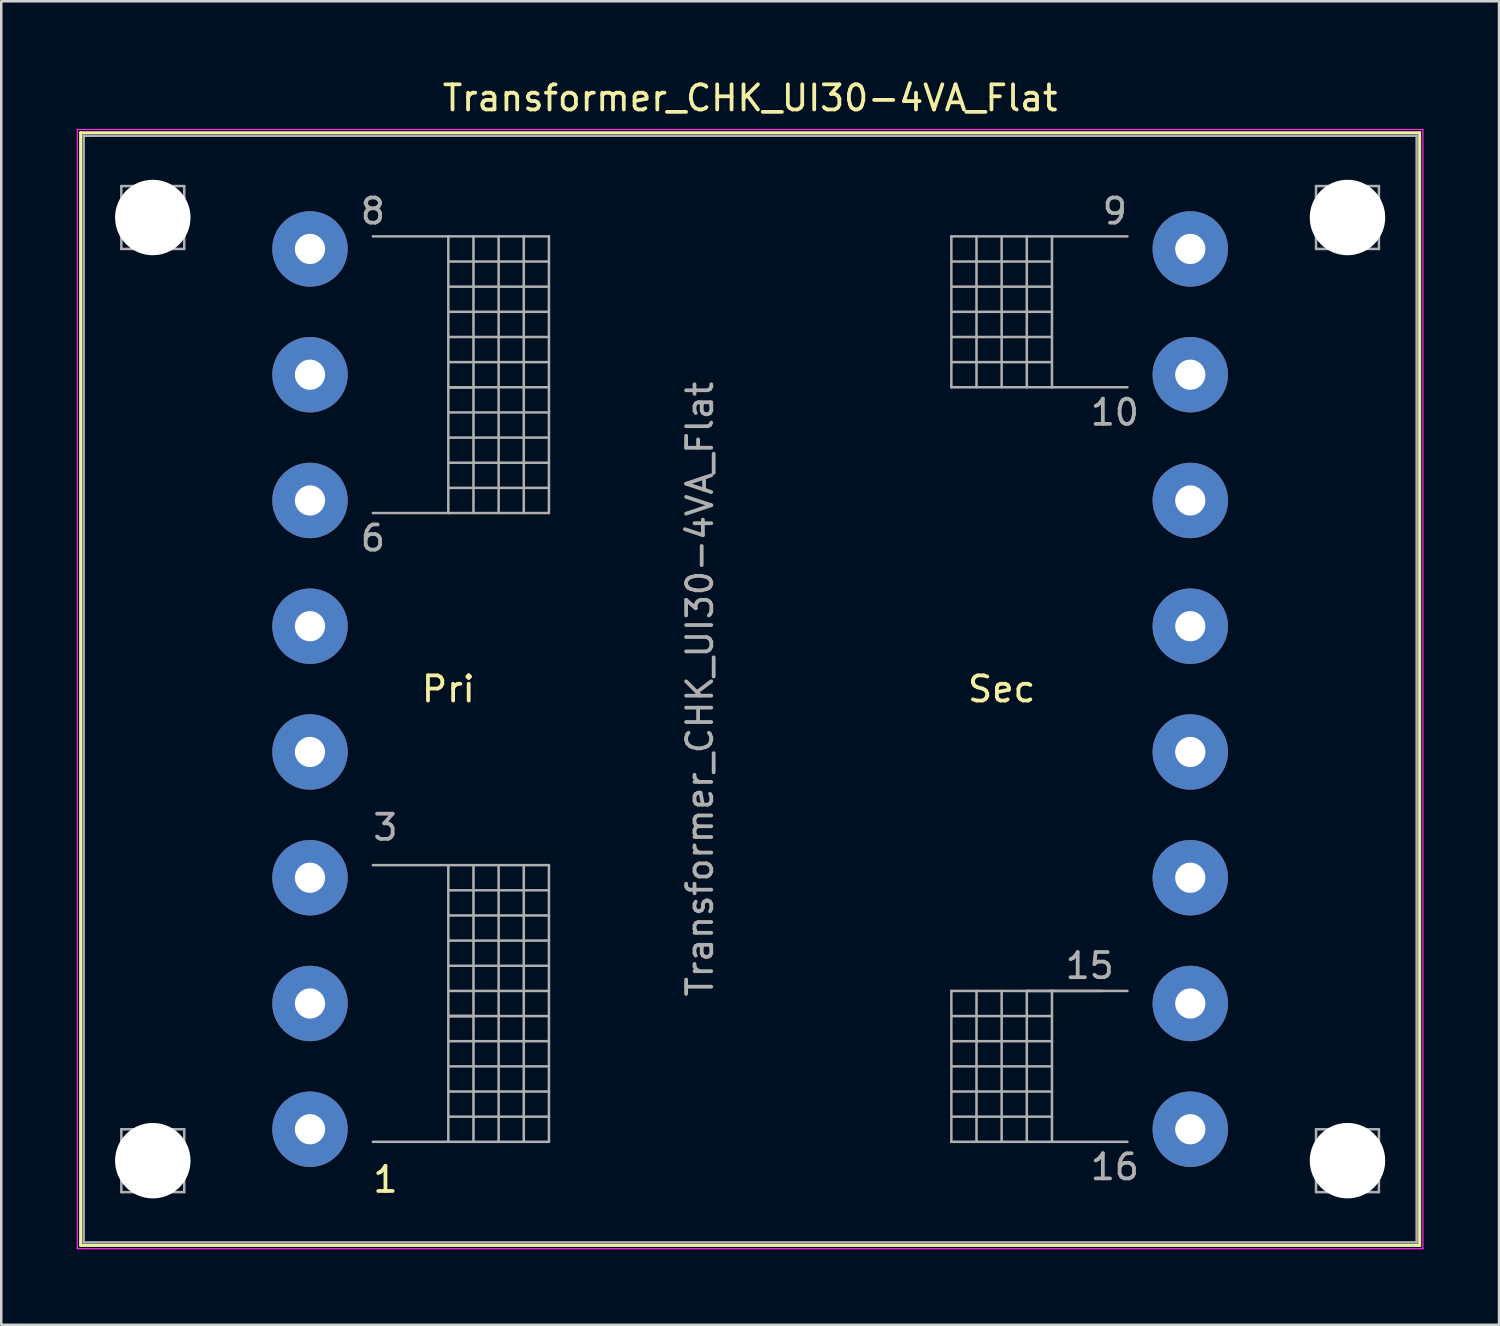
<source format=kicad_pcb>
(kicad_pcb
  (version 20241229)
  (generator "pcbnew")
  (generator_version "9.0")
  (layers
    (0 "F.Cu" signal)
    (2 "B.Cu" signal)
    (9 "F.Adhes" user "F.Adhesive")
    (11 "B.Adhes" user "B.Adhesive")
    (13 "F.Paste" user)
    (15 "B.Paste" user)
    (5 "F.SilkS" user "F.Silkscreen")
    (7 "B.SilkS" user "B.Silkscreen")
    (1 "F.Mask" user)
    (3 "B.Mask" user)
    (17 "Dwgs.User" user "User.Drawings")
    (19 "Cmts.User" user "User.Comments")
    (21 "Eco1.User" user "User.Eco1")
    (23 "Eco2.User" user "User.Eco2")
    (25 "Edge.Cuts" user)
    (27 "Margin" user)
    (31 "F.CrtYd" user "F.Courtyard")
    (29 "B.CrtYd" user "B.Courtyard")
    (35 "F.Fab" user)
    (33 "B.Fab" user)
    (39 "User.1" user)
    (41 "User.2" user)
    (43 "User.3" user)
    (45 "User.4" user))
  (footprint "Transformer_CHK_UI30-4VA_Flat"
    (layer "F.Cu")
    (at 9.275 41.848)
    (property "Reference" "Transformer_CHK_UI30-4VA_Flat" (at 17.5 -41 0) (layer "F.SilkS") (effects (font (size 1 1) (thickness 0.15))))
    (attr through_hole)
    (fp_line (start -9.12 -39.62) (end -9.12 4.62) (stroke (width 0.12) (type solid)) (layer "F.SilkS"))
    (fp_line (start -9.12 -39.62) (end 44.12 -39.62) (stroke (width 0.12) (type solid)) (layer "F.SilkS"))
    (fp_line (start 44.12 4.62) (end -9.12 4.62) (stroke (width 0.12) (type solid)) (layer "F.SilkS"))
    (fp_line (start 44.12 4.62) (end 44.12 -39.62) (stroke (width 0.12) (type solid)) (layer "F.SilkS"))
    (fp_line (start -9.25 -39.75) (end -9.25 4.75) (stroke (width 0.05) (type solid)) (layer "F.CrtYd"))
    (fp_line (start -9.25 -39.75) (end 44.25 -39.75) (stroke (width 0.05) (type solid)) (layer "F.CrtYd"))
    (fp_line (start 44.25 4.75) (end -9.25 4.75) (stroke (width 0.05) (type solid)) (layer "F.CrtYd"))
    (fp_line (start 44.25 4.75) (end 44.25 -39.75) (stroke (width 0.05) (type solid)) (layer "F.CrtYd"))
    (fp_line (start -9 -39.5) (end -9 4.5) (stroke (width 0.1) (type solid)) (layer "F.Fab"))
    (fp_line (start -9 4.5) (end 44 4.5) (stroke (width 0.1) (type solid)) (layer "F.Fab"))
    (fp_line (start -7.5 -37.5) (end -7.5 -35) (stroke (width 0.1) (type solid)) (layer "F.Fab"))
    (fp_line (start -7.5 -35) (end -5 -35) (stroke (width 0.1) (type solid)) (layer "F.Fab"))
    (fp_line (start -7.5 0) (end -7.5 2.5) (stroke (width 0.1) (type solid)) (layer "F.Fab"))
    (fp_line (start -7.5 2.5) (end -5 2.5) (stroke (width 0.1) (type solid)) (layer "F.Fab"))
    (fp_line (start -6.25 -37.5) (end -7.5 -37.5) (stroke (width 0.1) (type solid)) (layer "F.Fab"))
    (fp_line (start -6.25 0) (end -7.5 0) (stroke (width 0.1) (type solid)) (layer "F.Fab"))
    (fp_line (start -5 -37.5) (end -6.25 -37.5) (stroke (width 0.1) (type solid)) (layer "F.Fab"))
    (fp_line (start -5 -35) (end -5 -37.5) (stroke (width 0.1) (type solid)) (layer "F.Fab"))
    (fp_line (start -5 0) (end -6.25 0) (stroke (width 0.1) (type solid)) (layer "F.Fab"))
    (fp_line (start -5 2.5) (end -5 0) (stroke (width 0.1) (type solid)) (layer "F.Fab"))
    (fp_line (start 2.5 -35.5) (end 5.5 -35.5) (stroke (width 0.1) (type solid)) (layer "F.Fab"))
    (fp_line (start 2.5 -10.5) (end 5.5 -10.5) (stroke (width 0.1) (type solid)) (layer "F.Fab"))
    (fp_line (start 5.5 -35.5) (end 5.5 -24.5) (stroke (width 0.1) (type solid)) (layer "F.Fab"))
    (fp_line (start 5.5 -35.5) (end 9.5 -35.5) (stroke (width 0.1) (type solid)) (layer "F.Fab"))
    (fp_line (start 5.5 -34.5) (end 9.5 -34.5) (stroke (width 0.1) (type solid)) (layer "F.Fab"))
    (fp_line (start 5.5 -33.5) (end 9.5 -33.5) (stroke (width 0.1) (type solid)) (layer "F.Fab"))
    (fp_line (start 5.5 -32.5) (end 9.5 -32.5) (stroke (width 0.1) (type solid)) (layer "F.Fab"))
    (fp_line (start 5.5 -31.5) (end 9.5 -31.5) (stroke (width 0.1) (type solid)) (layer "F.Fab"))
    (fp_line (start 5.5 -30.5) (end 9.5 -30.5) (stroke (width 0.1) (type solid)) (layer "F.Fab"))
    (fp_line (start 5.5 -29.5) (end 6.5 -29.5) (stroke (width 0.1) (type solid)) (layer "F.Fab"))
    (fp_line (start 5.5 -28.5) (end 9.5 -28.5) (stroke (width 0.1) (type solid)) (layer "F.Fab"))
    (fp_line (start 5.5 -26.5) (end 8.5 -26.5) (stroke (width 0.1) (type solid)) (layer "F.Fab"))
    (fp_line (start 5.5 -24.5) (end 2.5 -24.5) (stroke (width 0.1) (type solid)) (layer "F.Fab"))
    (fp_line (start 5.5 -10.5) (end 5.5 0.5) (stroke (width 0.1) (type solid)) (layer "F.Fab"))
    (fp_line (start 5.5 -10.5) (end 9.5 -10.5) (stroke (width 0.1) (type solid)) (layer "F.Fab"))
    (fp_line (start 5.5 -9.5) (end 9.5 -9.5) (stroke (width 0.1) (type solid)) (layer "F.Fab"))
    (fp_line (start 5.5 -8.5) (end 9.5 -8.5) (stroke (width 0.1) (type solid)) (layer "F.Fab"))
    (fp_line (start 5.5 -7.5) (end 9.5 -7.5) (stroke (width 0.1) (type solid)) (layer "F.Fab"))
    (fp_line (start 5.5 -6.5) (end 9.5 -6.5) (stroke (width 0.1) (type solid)) (layer "F.Fab"))
    (fp_line (start 5.5 -5.5) (end 9.5 -5.5) (stroke (width 0.1) (type solid)) (layer "F.Fab"))
    (fp_line (start 5.5 -4.5) (end 6.5 -4.5) (stroke (width 0.1) (type solid)) (layer "F.Fab"))
    (fp_line (start 5.5 -3.5) (end 9.5 -3.5) (stroke (width 0.1) (type solid)) (layer "F.Fab"))
    (fp_line (start 5.5 -1.5) (end 8.5 -1.5) (stroke (width 0.1) (type solid)) (layer "F.Fab"))
    (fp_line (start 5.5 0.5) (end 2.5 0.5) (stroke (width 0.1) (type solid)) (layer "F.Fab"))
    (fp_line (start 6.5 -35.5) (end 6.5 -24.5) (stroke (width 0.1) (type solid)) (layer "F.Fab"))
    (fp_line (start 6.5 -29.5) (end 5.5 -29.5) (stroke (width 0.1) (type solid)) (layer "F.Fab"))
    (fp_line (start 6.5 -10.5) (end 6.5 0.5) (stroke (width 0.1) (type solid)) (layer "F.Fab"))
    (fp_line (start 6.5 -4.5) (end 5.5 -4.5) (stroke (width 0.1) (type solid)) (layer "F.Fab"))
    (fp_line (start 7.5 -24.5) (end 7.5 -35.5) (stroke (width 0.1) (type solid)) (layer "F.Fab"))
    (fp_line (start 7.5 0.5) (end 7.5 -10.5) (stroke (width 0.1) (type solid)) (layer "F.Fab"))
    (fp_line (start 8.5 -35.5) (end 8.5 -24.5) (stroke (width 0.1) (type solid)) (layer "F.Fab"))
    (fp_line (start 8.5 -26.5) (end 9.5 -26.5) (stroke (width 0.1) (type solid)) (layer "F.Fab"))
    (fp_line (start 8.5 -10.5) (end 8.5 0.5) (stroke (width 0.1) (type solid)) (layer "F.Fab"))
    (fp_line (start 8.5 -1.5) (end 9.5 -1.5) (stroke (width 0.1) (type solid)) (layer "F.Fab"))
    (fp_line (start 9.5 -35.5) (end 9.5 -24.5) (stroke (width 0.1) (type solid)) (layer "F.Fab"))
    (fp_line (start 9.5 -29.5) (end 5.5 -29.5) (stroke (width 0.1) (type solid)) (layer "F.Fab"))
    (fp_line (start 9.5 -27.5) (end 5.5 -27.5) (stroke (width 0.1) (type solid)) (layer "F.Fab"))
    (fp_line (start 9.5 -25.5) (end 5.5 -25.5) (stroke (width 0.1) (type solid)) (layer "F.Fab"))
    (fp_line (start 9.5 -24.5) (end 5.5 -24.5) (stroke (width 0.1) (type solid)) (layer "F.Fab"))
    (fp_line (start 9.5 -10.5) (end 9.5 0.5) (stroke (width 0.1) (type solid)) (layer "F.Fab"))
    (fp_line (start 9.5 -4.5) (end 5.5 -4.5) (stroke (width 0.1) (type solid)) (layer "F.Fab"))
    (fp_line (start 9.5 -2.5) (end 5.5 -2.5) (stroke (width 0.1) (type solid)) (layer "F.Fab"))
    (fp_line (start 9.5 -0.5) (end 5.5 -0.5) (stroke (width 0.1) (type solid)) (layer "F.Fab"))
    (fp_line (start 9.5 0.5) (end 5.5 0.5) (stroke (width 0.1) (type solid)) (layer "F.Fab"))
    (fp_line (start 25.5 -35.5) (end 25.5 -29.5) (stroke (width 0.1) (type solid)) (layer "F.Fab"))
    (fp_line (start 25.5 -34.5) (end 29.5 -34.5) (stroke (width 0.1) (type solid)) (layer "F.Fab"))
    (fp_line (start 25.5 -32.5) (end 29.5 -32.5) (stroke (width 0.1) (type solid)) (layer "F.Fab"))
    (fp_line (start 25.5 -31.5) (end 29.5 -31.5) (stroke (width 0.1) (type solid)) (layer "F.Fab"))
    (fp_line (start 25.5 -29.5) (end 29.5 -29.5) (stroke (width 0.1) (type solid)) (layer "F.Fab"))
    (fp_line (start 25.5 -5.5) (end 25.5 0.5) (stroke (width 0.1) (type solid)) (layer "F.Fab"))
    (fp_line (start 25.5 -4.5) (end 29.5 -4.5) (stroke (width 0.1) (type solid)) (layer "F.Fab"))
    (fp_line (start 25.5 -2.5) (end 29.5 -2.5) (stroke (width 0.1) (type solid)) (layer "F.Fab"))
    (fp_line (start 25.5 -1.5) (end 29.5 -1.5) (stroke (width 0.1) (type solid)) (layer "F.Fab"))
    (fp_line (start 25.5 0.5) (end 29.5 0.5) (stroke (width 0.1) (type solid)) (layer "F.Fab"))
    (fp_line (start 26.5 -35.5) (end 26.5 -29.5) (stroke (width 0.1) (type solid)) (layer "F.Fab"))
    (fp_line (start 26.5 -5.5) (end 26.5 0.5) (stroke (width 0.1) (type solid)) (layer "F.Fab"))
    (fp_line (start 27.5 -35.5) (end 27.5 -29.5) (stroke (width 0.1) (type solid)) (layer "F.Fab"))
    (fp_line (start 27.5 -5.5) (end 27.5 0.5) (stroke (width 0.1) (type solid)) (layer "F.Fab"))
    (fp_line (start 28.5 -35.5) (end 28.5 -29.5) (stroke (width 0.1) (type solid)) (layer "F.Fab"))
    (fp_line (start 28.5 -5.5) (end 28.5 0.5) (stroke (width 0.1) (type solid)) (layer "F.Fab"))
    (fp_line (start 29.5 -35.5) (end 25.5 -35.5) (stroke (width 0.1) (type solid)) (layer "F.Fab"))
    (fp_line (start 29.5 -35.5) (end 29.5 -29.5) (stroke (width 0.1) (type solid)) (layer "F.Fab"))
    (fp_line (start 29.5 -33.5) (end 25.5 -33.5) (stroke (width 0.1) (type solid)) (layer "F.Fab"))
    (fp_line (start 29.5 -30.5) (end 25.5 -30.5) (stroke (width 0.1) (type solid)) (layer "F.Fab"))
    (fp_line (start 29.5 -29.5) (end 32.5 -29.5) (stroke (width 0.1) (type solid)) (layer "F.Fab"))
    (fp_line (start 29.5 -5.5) (end 25.5 -5.5) (stroke (width 0.1) (type solid)) (layer "F.Fab"))
    (fp_line (start 29.5 -5.5) (end 29.5 0.5) (stroke (width 0.1) (type solid)) (layer "F.Fab"))
    (fp_line (start 29.5 -3.5) (end 25.5 -3.5) (stroke (width 0.1) (type solid)) (layer "F.Fab"))
    (fp_line (start 29.5 -0.5) (end 25.5 -0.5) (stroke (width 0.1) (type solid)) (layer "F.Fab"))
    (fp_line (start 29.5 0.5) (end 32.5 0.5) (stroke (width 0.1) (type solid)) (layer "F.Fab"))
    (fp_line (start 31.5 -5.5) (end 28.5 -5.5) (stroke (width 0.1) (type solid)) (layer "F.Fab"))
    (fp_line (start 32.5 -35.5) (end 29.5 -35.5) (stroke (width 0.1) (type solid)) (layer "F.Fab"))
    (fp_line (start 32.5 -5.5) (end 29.5 -5.5) (stroke (width 0.1) (type solid)) (layer "F.Fab"))
    (fp_line (start 40 -37.5) (end 40 -35) (stroke (width 0.1) (type solid)) (layer "F.Fab"))
    (fp_line (start 40 -35) (end 42.5 -35) (stroke (width 0.1) (type solid)) (layer "F.Fab"))
    (fp_line (start 40 0) (end 40 2.5) (stroke (width 0.1) (type solid)) (layer "F.Fab"))
    (fp_line (start 40 2.5) (end 42.5 2.5) (stroke (width 0.1) (type solid)) (layer "F.Fab"))
    (fp_line (start 41.25 -37.5) (end 40 -37.5) (stroke (width 0.1) (type solid)) (layer "F.Fab"))
    (fp_line (start 41.25 0) (end 40 0) (stroke (width 0.1) (type solid)) (layer "F.Fab"))
    (fp_line (start 42.5 -37.5) (end 41.25 -37.5) (stroke (width 0.1) (type solid)) (layer "F.Fab"))
    (fp_line (start 42.5 -35) (end 42.5 -37.5) (stroke (width 0.1) (type solid)) (layer "F.Fab"))
    (fp_line (start 42.5 0) (end 41.25 0) (stroke (width 0.1) (type solid)) (layer "F.Fab"))
    (fp_line (start 42.5 2.5) (end 42.5 0) (stroke (width 0.1) (type solid)) (layer "F.Fab"))
    (fp_line (start 44 -39.5) (end -9 -39.5) (stroke (width 0.1) (type solid)) (layer "F.Fab"))
    (fp_line (start 44 4.5) (end 44 -39.5) (stroke (width 0.1) (type solid)) (layer "F.Fab"))
    (fp_text user "Sec" (at 27.5 -17.5 0) (layer "F.SilkS") (effects (font (size 1 1) (thickness 0.15))))
    (fp_text user "1" (at 3 2 0) (layer "F.SilkS") (effects (font (size 1 1) (thickness 0.15))))
    (fp_text user "Pri" (at 5.5 -17.5 0) (layer "F.SilkS") (effects (font (size 1 1) (thickness 0.15))))
    (fp_text user "3" (at 3 -12 0) (layer "F.Fab") (effects (font (size 1 1) (thickness 0.15))))
    (fp_text user "15" (at 31 -6.5 0) (layer "F.Fab") (effects (font (size 1 1) (thickness 0.15))))
    (fp_text user "8" (at 2.5 -36.5 0) (layer "F.Fab") (effects (font (size 1 1) (thickness 0.15))))
    (fp_text user "16" (at 32 1.5 0) (layer "F.Fab") (effects (font (size 1 1) (thickness 0.15))))
    (fp_text user "9" (at 32 -36.5 0) (layer "F.Fab") (effects (font (size 1 1) (thickness 0.15))))
    (fp_text user "10" (at 32 -28.5 0) (layer "F.Fab") (effects (font (size 1 1) (thickness 0.15))))
    (fp_text user "6" (at 2.5 -23.5 0) (layer "F.Fab") (effects (font (size 1 1) (thickness 0.15))))
    (fp_text user "${REFERENCE}" (at 15.5 -17.5 90) (layer "F.Fab") (effects (font (size 1 1) (thickness 0.15))))
    (pad "" np_thru_hole circle (at -6.25 -36.25) (size 3 3) (drill 3) (layers "*.Cu" "*.Mask"))
    (pad "" np_thru_hole circle (at -6.25 1.25) (size 3 3) (drill 3) (layers "*.Cu" "*.Mask"))
    (pad "" np_thru_hole circle (at 41.25 -36.25) (size 3 3) (drill 3) (layers "*.Cu" "*.Mask"))
    (pad "" np_thru_hole circle (at 41.25 1.25) (size 3 3) (drill 3) (layers "*.Cu" "*.Mask"))
    (pad "1" thru_hole circle (at 0 0) (size 3 3) (drill 1.2) (layers "*.Cu" "*.Mask"))
    (pad "2" thru_hole circle (at 0 -5) (size 3 3) (drill 1.2) (layers "*.Cu" "*.Mask"))
    (pad "3" thru_hole circle (at 0 -10) (size 3 3) (drill 1.2) (layers "*.Cu" "*.Mask"))
    (pad "4" thru_hole circle (at 0 -15) (size 3 3) (drill 1.2) (layers "*.Cu" "*.Mask"))
    (pad "5" thru_hole circle (at 0 -20) (size 3 3) (drill 1.2) (layers "*.Cu" "*.Mask"))
    (pad "6" thru_hole circle (at 0 -25) (size 3 3) (drill 1.2) (layers "*.Cu" "*.Mask"))
    (pad "7" thru_hole circle (at 0 -30) (size 3 3) (drill 1.2) (layers "*.Cu" "*.Mask"))
    (pad "8" thru_hole circle (at 0 -35) (size 3 3) (drill 1.2) (layers "*.Cu" "*.Mask"))
    (pad "9" thru_hole circle (at 35 -35) (size 3 3) (drill 1.2) (layers "*.Cu" "*.Mask"))
    (pad "10" thru_hole circle (at 35 -30) (size 3 3) (drill 1.2) (layers "*.Cu" "*.Mask"))
    (pad "11" thru_hole circle (at 35 -25) (size 3 3) (drill 1.2) (layers "*.Cu" "*.Mask"))
    (pad "12" thru_hole circle (at 35 -20) (size 3 3) (drill 1.2) (layers "*.Cu" "*.Mask"))
    (pad "13" thru_hole circle (at 35 -15) (size 3 3) (drill 1.2) (layers "*.Cu" "*.Mask"))
    (pad "14" thru_hole circle (at 35 -10) (size 3 3) (drill 1.2) (layers "*.Cu" "*.Mask"))
    (pad "15" thru_hole circle (at 35 -5) (size 3 3) (drill 1.2) (layers "*.Cu" "*.Mask"))
    (pad "16" thru_hole circle (at 35 0) (size 3 3) (drill 1.2) (layers "*.Cu" "*.Mask")))
  (gr_rect
    (start -3 -3)
    (end 56.55 49.623)
    (stroke (width 0.1) (type default))
    (fill no)
    (layer "Edge.Cuts")))
</source>
